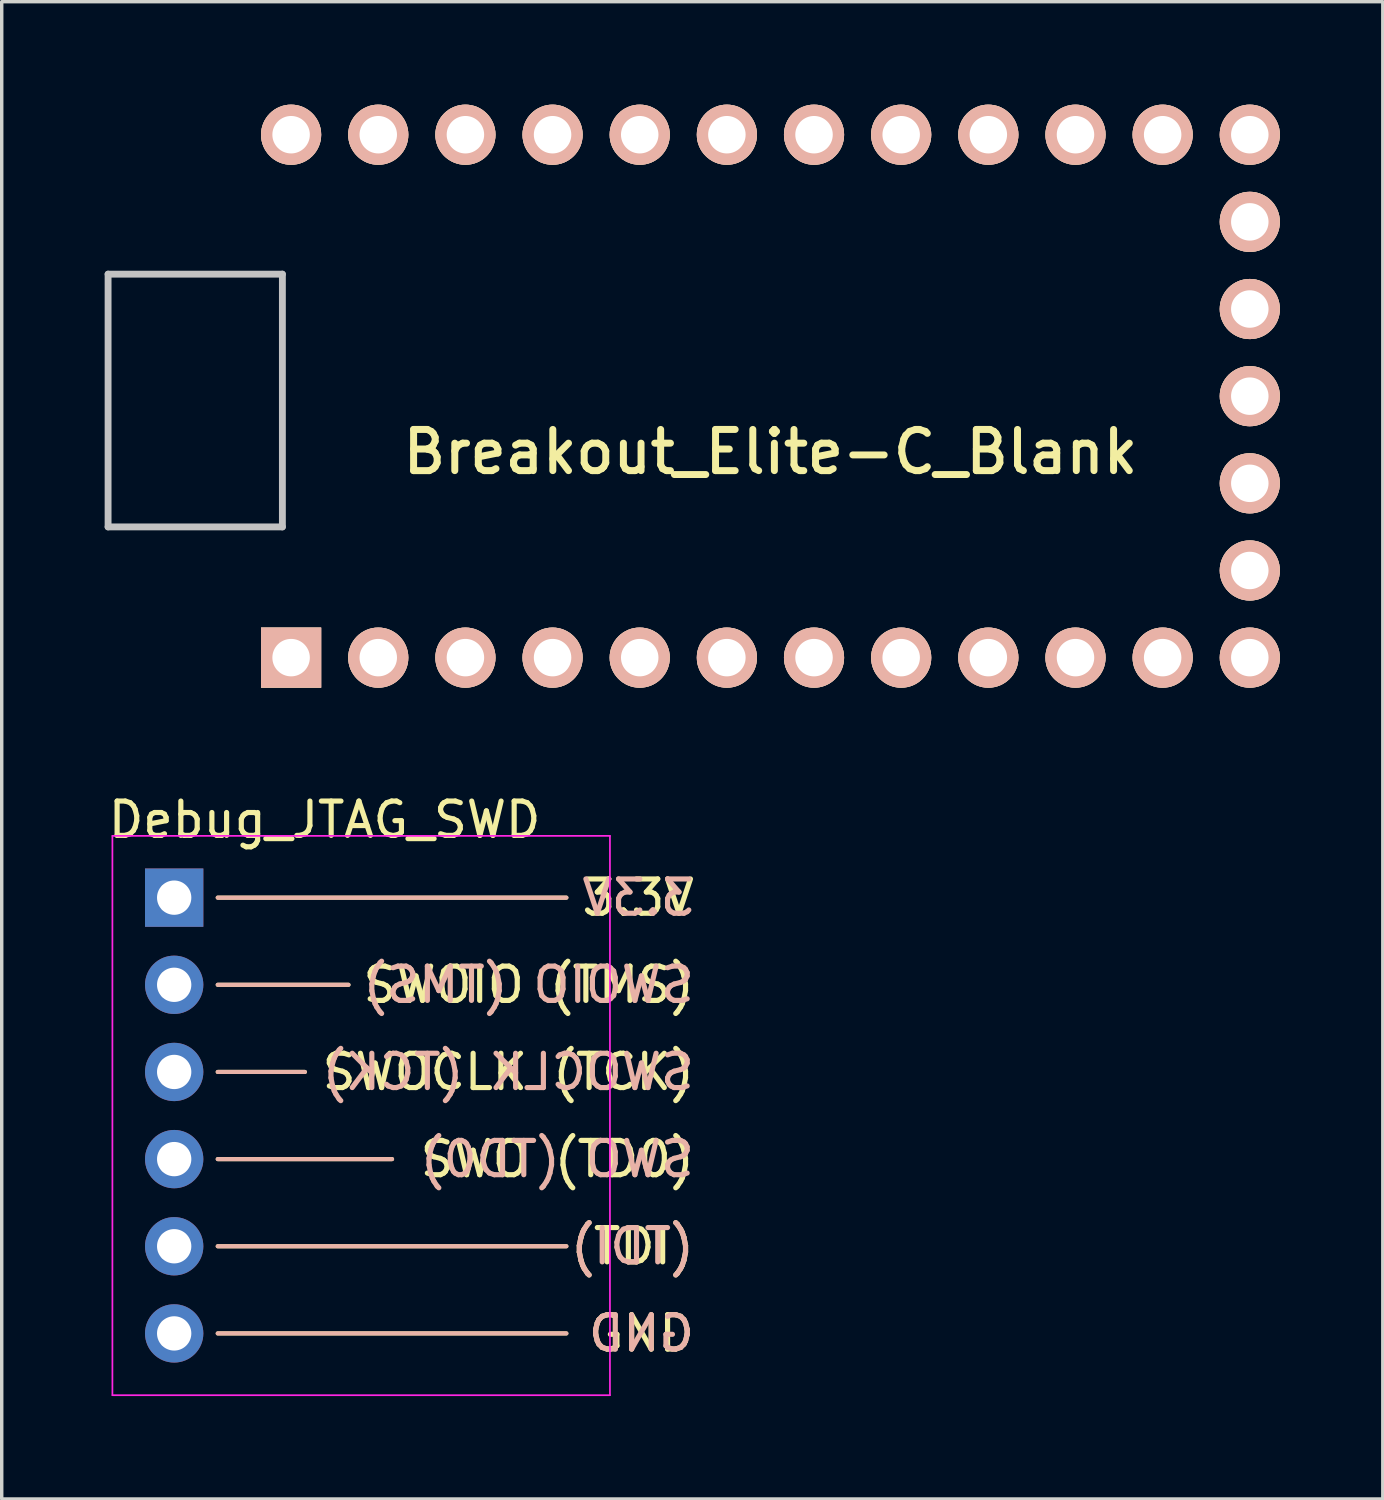
<source format=kicad_pcb>
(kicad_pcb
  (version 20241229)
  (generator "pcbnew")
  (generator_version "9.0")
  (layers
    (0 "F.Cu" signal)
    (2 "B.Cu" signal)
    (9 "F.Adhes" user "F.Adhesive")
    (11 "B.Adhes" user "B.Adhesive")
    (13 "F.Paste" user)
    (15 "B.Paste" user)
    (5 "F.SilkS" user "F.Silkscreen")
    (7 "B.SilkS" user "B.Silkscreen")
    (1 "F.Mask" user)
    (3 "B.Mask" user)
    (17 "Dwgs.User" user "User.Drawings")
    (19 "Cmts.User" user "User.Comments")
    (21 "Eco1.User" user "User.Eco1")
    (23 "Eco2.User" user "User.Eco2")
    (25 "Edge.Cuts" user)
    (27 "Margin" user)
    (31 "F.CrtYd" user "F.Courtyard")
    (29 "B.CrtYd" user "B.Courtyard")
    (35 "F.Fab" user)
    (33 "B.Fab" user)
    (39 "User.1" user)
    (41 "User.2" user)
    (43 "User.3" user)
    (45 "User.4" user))
  (footprint "Breakout_Elite-C_Blank"
    (layer "F.Cu")
    (at 19.404 8.496)
    (property "Reference" "Breakout_Elite-C_Blank" (at 0 1.625 0) (layer "F.SilkS") (effects (font (size 1.2 1.2) (thickness 0.203))))
    (attr through_hole)
    (fp_line (start -19.304 -3.556) (end -14.224 -3.556) (stroke (width 0.2) (type solid)) (layer "Dwgs.User"))
    (fp_line (start -19.304 3.81) (end -19.304 -3.556) (stroke (width 0.2) (type solid)) (layer "Dwgs.User"))
    (fp_line (start -14.224 -3.556) (end -14.224 3.81) (stroke (width 0.2) (type solid)) (layer "Dwgs.User"))
    (fp_line (start -14.224 3.81) (end -19.304 3.81) (stroke (width 0.2) (type solid)) (layer "Dwgs.User"))
    (pad "1" thru_hole rect (at -13.97 7.62) (size 1.753 1.753) (drill 1.092) (layers "*.Cu" "*.SilkS" "*.Mask"))
    (pad "2" thru_hole circle (at -11.43 7.62) (size 1.753 1.753) (drill 1.092) (layers "*.Cu" "*.SilkS" "*.Mask"))
    (pad "3" thru_hole circle (at -8.89 7.62) (size 1.753 1.753) (drill 1.092) (layers "*.Cu" "*.SilkS" "*.Mask"))
    (pad "4" thru_hole circle (at -6.35 7.62) (size 1.753 1.753) (drill 1.092) (layers "*.Cu" "*.SilkS" "*.Mask"))
    (pad "5" thru_hole circle (at -3.81 7.62) (size 1.753 1.753) (drill 1.092) (layers "*.Cu" "*.SilkS" "*.Mask"))
    (pad "6" thru_hole circle (at -1.27 7.62) (size 1.753 1.753) (drill 1.092) (layers "*.Cu" "*.SilkS" "*.Mask"))
    (pad "7" thru_hole circle (at 1.27 7.62) (size 1.753 1.753) (drill 1.092) (layers "*.Cu" "*.SilkS" "*.Mask"))
    (pad "8" thru_hole circle (at 3.81 7.62) (size 1.753 1.753) (drill 1.092) (layers "*.Cu" "*.SilkS" "*.Mask"))
    (pad "9" thru_hole circle (at 6.35 7.62) (size 1.753 1.753) (drill 1.092) (layers "*.Cu" "*.SilkS" "*.Mask"))
    (pad "10" thru_hole circle (at 8.89 7.62) (size 1.753 1.753) (drill 1.092) (layers "*.Cu" "*.SilkS" "*.Mask"))
    (pad "11" thru_hole circle (at 11.43 7.62) (size 1.753 1.753) (drill 1.092) (layers "*.Cu" "*.SilkS" "*.Mask"))
    (pad "12" thru_hole circle (at 13.97 7.62) (size 1.753 1.753) (drill 1.092) (layers "*.Cu" "*.SilkS" "*.Mask"))
    (pad "13" thru_hole circle (at 13.97 -7.62) (size 1.753 1.753) (drill 1.092) (layers "*.Cu" "*.SilkS" "*.Mask"))
    (pad "14" thru_hole circle (at 11.43 -7.62) (size 1.753 1.753) (drill 1.092) (layers "*.Cu" "*.SilkS" "*.Mask"))
    (pad "15" thru_hole circle (at 8.89 -7.62) (size 1.753 1.753) (drill 1.092) (layers "*.Cu" "*.SilkS" "*.Mask"))
    (pad "16" thru_hole circle (at 6.35 -7.62) (size 1.753 1.753) (drill 1.092) (layers "*.Cu" "*.SilkS" "*.Mask"))
    (pad "17" thru_hole circle (at 3.81 -7.62) (size 1.753 1.753) (drill 1.092) (layers "*.Cu" "*.SilkS" "*.Mask"))
    (pad "18" thru_hole circle (at 1.27 -7.62) (size 1.753 1.753) (drill 1.092) (layers "*.Cu" "*.SilkS" "*.Mask"))
    (pad "19" thru_hole circle (at -1.27 -7.62) (size 1.753 1.753) (drill 1.092) (layers "*.Cu" "*.SilkS" "*.Mask"))
    (pad "20" thru_hole circle (at -3.81 -7.62) (size 1.753 1.753) (drill 1.092) (layers "*.Cu" "*.SilkS" "*.Mask"))
    (pad "21" thru_hole circle (at -6.35 -7.62) (size 1.753 1.753) (drill 1.092) (layers "*.Cu" "*.SilkS" "*.Mask"))
    (pad "22" thru_hole circle (at -8.89 -7.62) (size 1.753 1.753) (drill 1.092) (layers "*.Cu" "*.SilkS" "*.Mask"))
    (pad "23" thru_hole circle (at -11.43 -7.62) (size 1.753 1.753) (drill 1.092) (layers "*.Cu" "*.SilkS" "*.Mask"))
    (pad "24" thru_hole circle (at -13.97 -7.62) (size 1.753 1.753) (drill 1.092) (layers "*.Cu" "*.SilkS" "*.Mask"))
    (pad "25" thru_hole circle (at 13.97 5.08) (size 1.753 1.753) (drill 1.092) (layers "*.Cu" "*.SilkS" "*.Mask"))
    (pad "26" thru_hole circle (at 13.97 2.54) (size 1.753 1.753) (drill 1.092) (layers "*.Cu" "*.SilkS" "*.Mask"))
    (pad "27" thru_hole circle (at 13.97 0) (size 1.753 1.753) (drill 1.092) (layers "*.Cu" "*.SilkS" "*.Mask"))
    (pad "28" thru_hole circle (at 13.97 -2.54) (size 1.753 1.753) (drill 1.092) (layers "*.Cu" "*.SilkS" "*.Mask"))
    (pad "29" thru_hole circle (at 13.97 -5.08) (size 1.753 1.753) (drill 1.092) (layers "*.Cu" "*.SilkS" "*.Mask")))
  (footprint "Debug_JTAG_SWD"
    (layer "F.Cu")
    (at 2.026 29.461)
    (property "Reference" "Debug_JTAG_SWD" (at 4.385 -8.62 180) (layer "F.SilkS") (effects (font (size 1 1) (thickness 0.15))))
    (attr through_hole)
    (fp_line (start 3.81 -1.27) (end 1.27 -1.27) (stroke (width 0.12) (type solid)) (layer "F.SilkS"))
    (fp_line (start 5.08 -3.81) (end 1.27 -3.81) (stroke (width 0.12) (type solid)) (layer "F.SilkS"))
    (fp_line (start 6.35 1.27) (end 1.27 1.27) (stroke (width 0.12) (type solid)) (layer "F.SilkS"))
    (fp_line (start 11.43 -6.35) (end 1.27 -6.35) (stroke (width 0.12) (type solid)) (layer "F.SilkS"))
    (fp_line (start 11.43 3.81) (end 1.27 3.81) (stroke (width 0.12) (type solid)) (layer "F.SilkS"))
    (fp_line (start 11.43 6.35) (end 1.27 6.35) (stroke (width 0.12) (type solid)) (layer "F.SilkS"))
    (fp_line (start 3.81 -1.27) (end 1.27 -1.27) (stroke (width 0.12) (type solid)) (layer "B.SilkS"))
    (fp_line (start 5.08 -3.81) (end 1.27 -3.81) (stroke (width 0.12) (type solid)) (layer "B.SilkS"))
    (fp_line (start 6.35 1.27) (end 1.27 1.27) (stroke (width 0.12) (type solid)) (layer "B.SilkS"))
    (fp_line (start 11.43 -6.35) (end 1.27 -6.35) (stroke (width 0.12) (type solid)) (layer "B.SilkS"))
    (fp_line (start 11.43 3.81) (end 1.27 3.81) (stroke (width 0.12) (type solid)) (layer "B.SilkS"))
    (fp_line (start 11.43 6.35) (end 1.27 6.35) (stroke (width 0.12) (type solid)) (layer "B.SilkS"))
    (fp_line (start -1.8 -8.15) (end -1.8 8.15) (stroke (width 0.05) (type solid)) (layer "F.CrtYd"))
    (fp_line (start -1.8 8.15) (end 12.7 8.15) (stroke (width 0.05) (type solid)) (layer "F.CrtYd"))
    (fp_line (start 12.7 -8.15) (end -1.8 -8.15) (stroke (width 0.05) (type solid)) (layer "F.CrtYd"))
    (fp_line (start 12.7 8.15) (end 12.7 -8.15) (stroke (width 0.05) (type solid)) (layer "F.CrtYd"))
    (fp_line (start -0.32 -6.67) (end -0.32 -6.03) (stroke (width 0.1) (type solid)) (layer "F.Fab"))
    (fp_line (start -0.32 -4.13) (end -0.32 -3.49) (stroke (width 0.1) (type solid)) (layer "F.Fab"))
    (fp_line (start -0.32 -1.59) (end -0.32 -0.95) (stroke (width 0.1) (type solid)) (layer "F.Fab"))
    (fp_line (start -0.32 0.95) (end -0.32 1.59) (stroke (width 0.1) (type solid)) (layer "F.Fab"))
    (fp_line (start -0.32 3.49) (end -0.32 4.13) (stroke (width 0.1) (type solid)) (layer "F.Fab"))
    (fp_line (start -0.32 6.03) (end -0.32 6.67) (stroke (width 0.1) (type solid)) (layer "F.Fab"))
    (fp_text user "GND" (at 15.24 6.35 0) (layer "F.SilkS") (effects (font (size 1 1) (thickness 0.15)) (justify right)))
    (fp_text user "SWO (TD0)" (at 15.24 1.27 0) (layer "F.SilkS") (effects (font (size 1 1) (thickness 0.15)) (justify right)))
    (fp_text user "3.3V" (at 15.24 -6.35 0) (layer "F.SilkS") (effects (font (size 1 1) (thickness 0.15)) (justify right)))
    (fp_text user "SWOIO (TMS)" (at 15.24 -3.81 0) (layer "F.SilkS") (effects (font (size 1 1) (thickness 0.15)) (justify right)))
    (fp_text user "(TDI)" (at 15.24 3.81 0) (layer "F.SilkS") (effects (font (size 1 1) (thickness 0.15)) (justify right)))
    (fp_text user "SWOCLK (TCK)" (at 15.24 -1.27 0) (layer "F.SilkS") (effects (font (size 1 1) (thickness 0.15)) (justify right)))
    (fp_text user "GND" (at 15.24 6.35 0) (layer "B.SilkS") (effects (font (size 1 1) (thickness 0.15)) (justify left mirror)))
    (fp_text user "3.3V" (at 15.24 -6.35 0) (layer "B.SilkS") (effects (font (size 1 1) (thickness 0.15)) (justify left mirror)))
    (fp_text user "SWOIO (TMS)" (at 15.24 -3.81 0) (layer "B.SilkS") (effects (font (size 1 1) (thickness 0.15)) (justify left mirror)))
    (fp_text user "SWO (TD0)" (at 15.24 1.27 0) (layer "B.SilkS") (effects (font (size 1 1) (thickness 0.15)) (justify left mirror)))
    (fp_text user "SWOCLK (TCK)" (at 15.24 -1.27 0) (layer "B.SilkS") (effects (font (size 1 1) (thickness 0.15)) (justify left mirror)))
    (fp_text user "(TDI)" (at 15.24 3.81 0) (layer "B.SilkS") (effects (font (size 1 1) (thickness 0.15)) (justify left mirror)))
    (pad "1" thru_hole rect (at 0 -6.35) (size 1.7 1.7) (drill 1) (layers "*.Cu" "*.Mask"))
    (pad "2" thru_hole oval (at 0 -3.81) (size 1.7 1.7) (drill 1) (layers "*.Cu" "*.Mask"))
    (pad "3" thru_hole oval (at 0 -1.27) (size 1.7 1.7) (drill 1) (layers "*.Cu" "*.Mask"))
    (pad "4" thru_hole oval (at 0 1.27) (size 1.7 1.7) (drill 1) (layers "*.Cu" "*.Mask"))
    (pad "5" thru_hole oval (at 0 3.81) (size 1.7 1.7) (drill 1) (layers "*.Cu" "*.Mask"))
    (pad "6" thru_hole oval (at 0 6.35) (size 1.7 1.7) (drill 1) (layers "*.Cu" "*.Mask")))
  (gr_rect
    (start -3 -3)
    (end 37.25 40.636)
    (stroke (width 0.1) (type default))
    (fill no)
    (layer "Edge.Cuts")))
</source>
